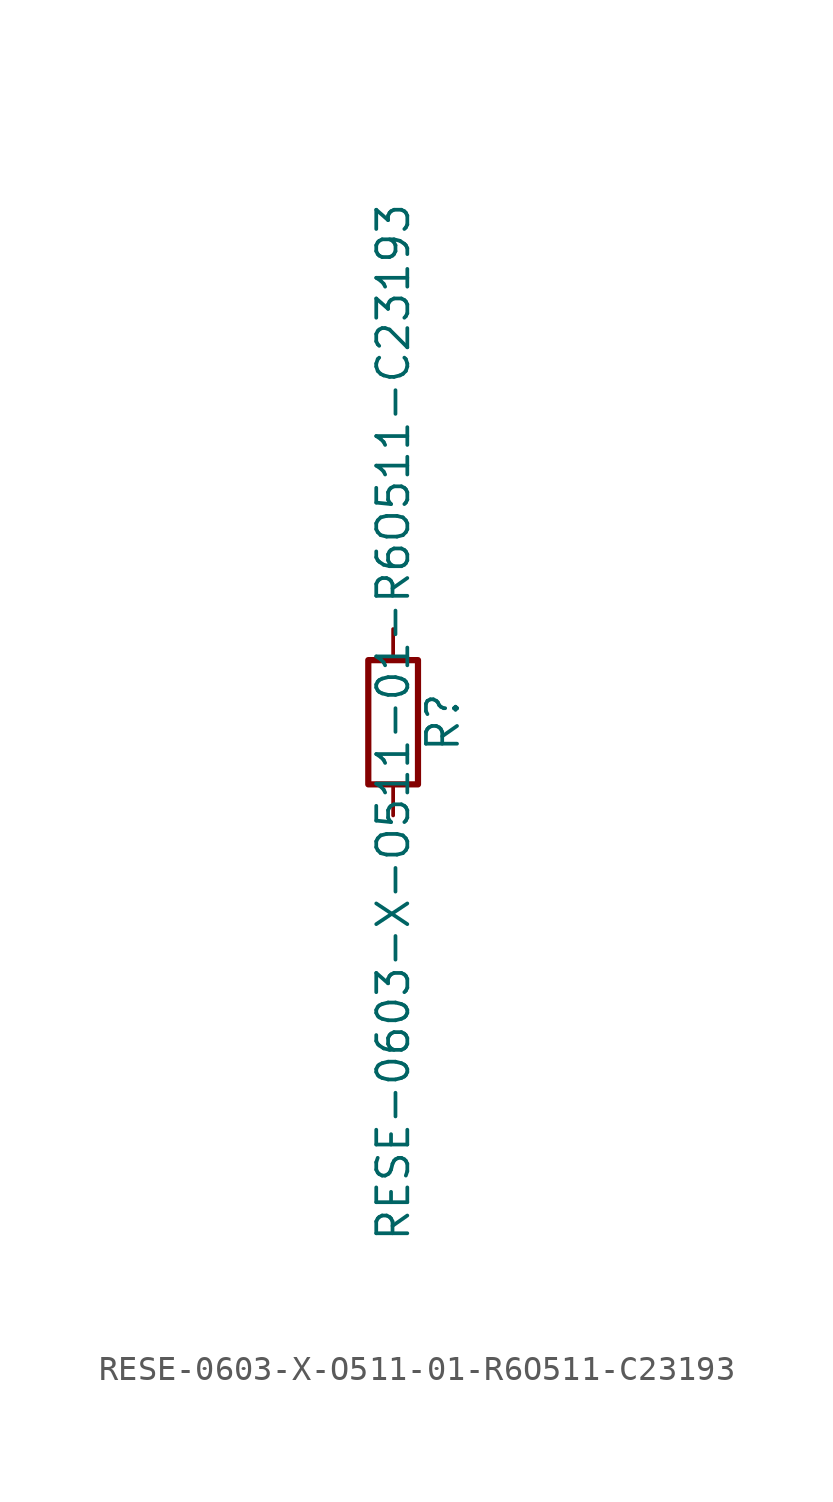
<source format=kicad_sym>
(kicad_symbol_lib
  (version 20211014)
  (generator kicad_symbol_editor)
  (symbol "RESE-0603-X-O511-01-R6O511-C23193"
    (pin_numbers hide)
    (pin_names
      (offset 0))
    (property "Reference" "R"
      (at 2.032 0 90)
      (effects (font (size 1.27 1.27))))
    (property "Value" "RESE-0603-X-O511-01-R6O511-C23193"
      (at 0 0 90)
      (effects (font (size 1.27 1.27))))
    (symbol "RESE-0603-X-O511-01-R6O511-C23193_0_1"
      (rectangle (start -1.016 -2.54) (end 1.016 2.54) (stroke (width 0.254) (type default) (color 0 0 0 0)) (fill (type none))))
    (symbol "RESE-0603-X-O511-01-R6O511-C23193_1_1"
      (pin passive line (at 0 3.81 270) (length 1.27) (name "~" (effects (font (size 1.27 1.27)))) (number "1" (effects (font (size 1.27 1.27)))))
      (pin passive line (at 0 -3.81 90) (length 1.27) (name "~" (effects (font (size 1.27 1.27)))) (number "2" (effects (font (size 1.27 1.27))))))))
</source>
